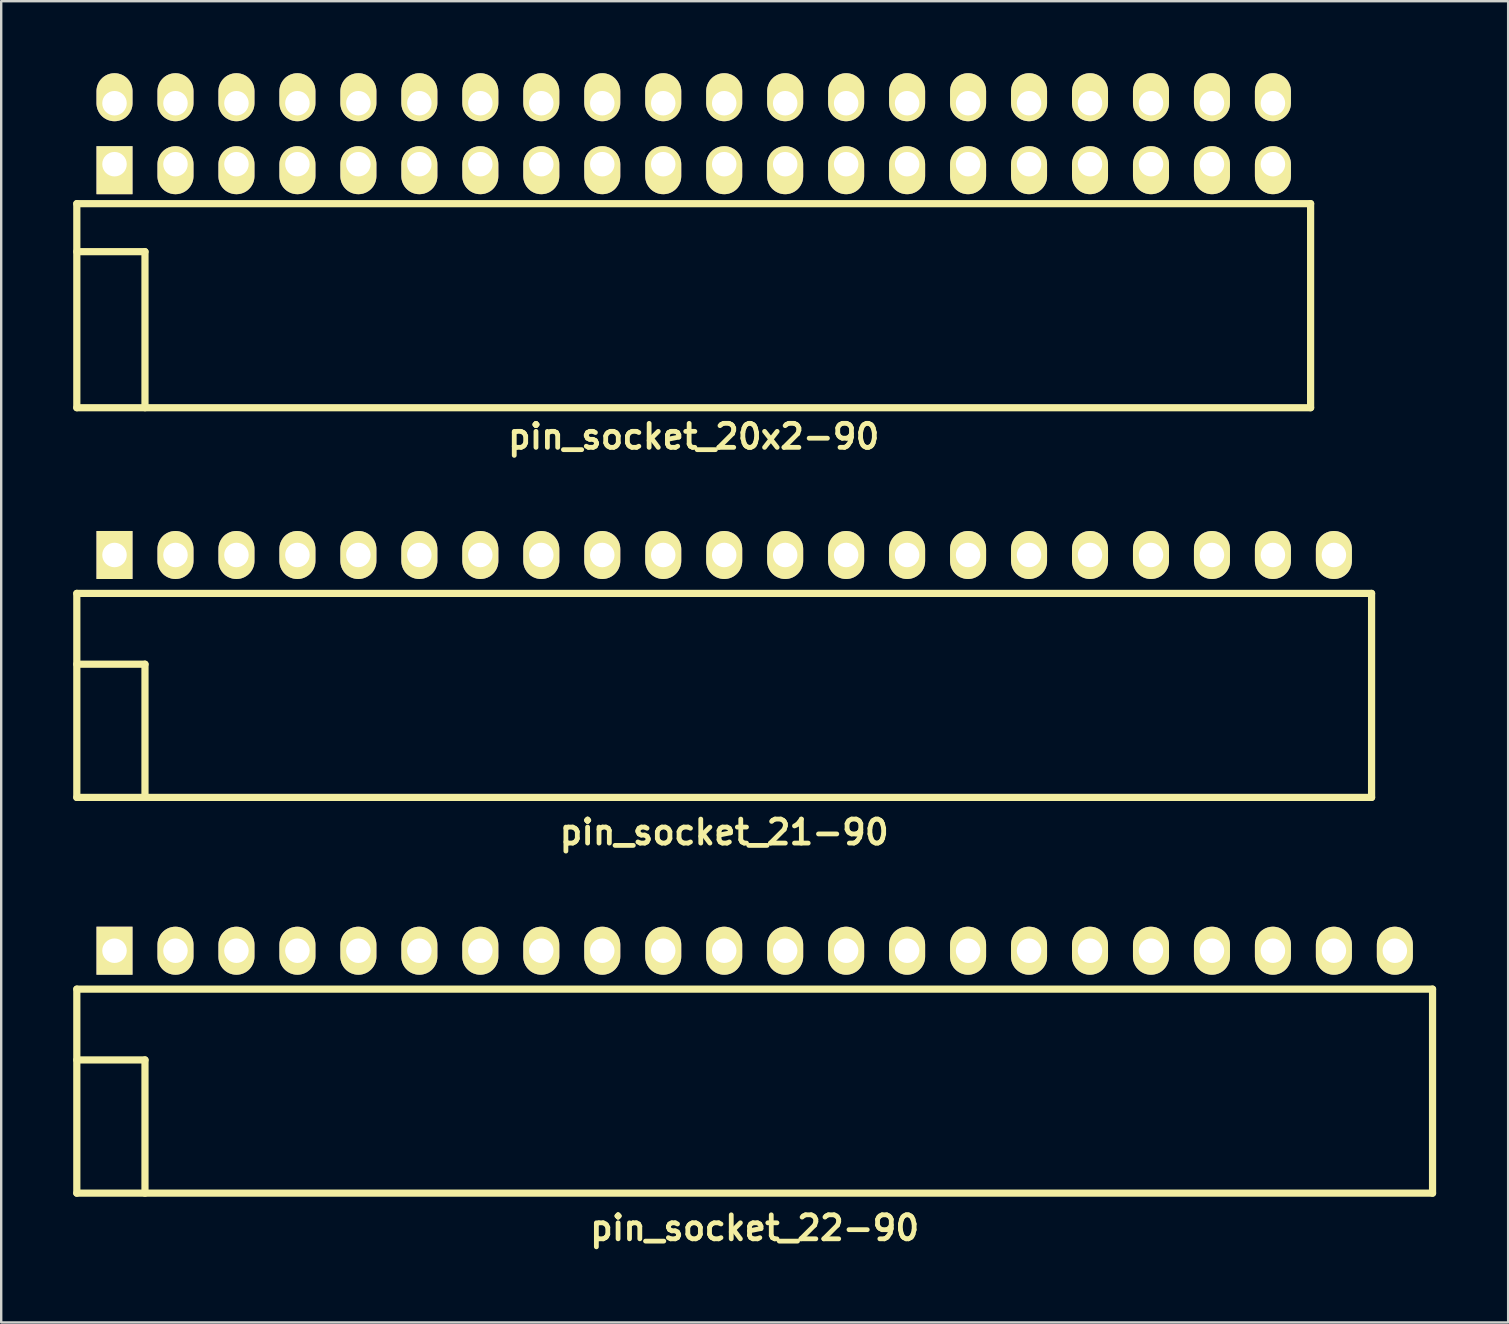
<source format=kicad_pcb>
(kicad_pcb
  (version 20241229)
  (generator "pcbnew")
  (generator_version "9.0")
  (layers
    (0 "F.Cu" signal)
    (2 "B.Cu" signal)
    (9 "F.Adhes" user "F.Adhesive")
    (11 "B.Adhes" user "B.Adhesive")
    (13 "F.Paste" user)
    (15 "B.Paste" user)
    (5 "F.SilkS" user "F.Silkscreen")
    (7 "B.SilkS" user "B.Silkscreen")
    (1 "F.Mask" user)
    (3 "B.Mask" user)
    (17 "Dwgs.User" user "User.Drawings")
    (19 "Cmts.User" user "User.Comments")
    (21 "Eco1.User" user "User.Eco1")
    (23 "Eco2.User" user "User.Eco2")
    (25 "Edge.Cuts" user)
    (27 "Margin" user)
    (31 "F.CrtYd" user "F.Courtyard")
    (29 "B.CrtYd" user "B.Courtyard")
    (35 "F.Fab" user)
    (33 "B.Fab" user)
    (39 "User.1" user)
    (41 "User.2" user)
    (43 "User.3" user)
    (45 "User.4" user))
  (footprint "pin_socket_20x2-90"
    (layer "F.Cu")
    (at 25.85 7.435)
    (property "Reference" "pin_socket_20x2-90" (at 0 7.7 0) (layer "F.SilkS") (effects (font (size 1 1) (thickness 0.2))))
    (attr through_hole)
    (fp_line (start -25.7 -2) (end -25.7 6.5) (stroke (width 0.3) (type solid)) (layer "F.SilkS"))
    (fp_line (start -25.7 -2) (end 25.7 -2) (stroke (width 0.3) (type solid)) (layer "F.SilkS"))
    (fp_line (start -25.7 0) (end -22.86 0) (stroke (width 0.3) (type solid)) (layer "F.SilkS"))
    (fp_line (start -25.7 6.5) (end 25.7 6.5) (stroke (width 0.3) (type solid)) (layer "F.SilkS"))
    (fp_line (start -22.86 0) (end -22.86 6.5) (stroke (width 0.3) (type solid)) (layer "F.SilkS"))
    (fp_line (start 25.7 -2) (end 25.7 6.5) (stroke (width 0.3) (type solid)) (layer "F.SilkS"))
    (pad "1" thru_hole rect (at -24.13 -3.645) (size 1.5 2) (drill 1.02 (offset 0 0.25)) (layers "*.Cu" "*.Mask" "F.SilkS"))
    (pad "2" thru_hole oval (at -24.13 -6.185) (size 1.5 2) (drill 1.02 (offset 0 -0.25)) (layers "*.Cu" "*.Mask" "F.SilkS"))
    (pad "3" thru_hole oval (at -21.59 -3.645) (size 1.5 2) (drill 1.02 (offset 0 0.25)) (layers "*.Cu" "*.Mask" "F.SilkS"))
    (pad "4" thru_hole oval (at -21.59 -6.185) (size 1.5 2) (drill 1.02 (offset 0 -0.25)) (layers "*.Cu" "*.Mask" "F.SilkS"))
    (pad "5" thru_hole oval (at -19.05 -3.645) (size 1.5 2) (drill 1.02 (offset 0 0.25)) (layers "*.Cu" "*.Mask" "F.SilkS"))
    (pad "6" thru_hole oval (at -19.05 -6.185) (size 1.5 2) (drill 1.02 (offset 0 -0.25)) (layers "*.Cu" "*.Mask" "F.SilkS"))
    (pad "7" thru_hole oval (at -16.51 -3.645) (size 1.5 2) (drill 1.02 (offset 0 0.25)) (layers "*.Cu" "*.Mask" "F.SilkS"))
    (pad "8" thru_hole oval (at -16.51 -6.185) (size 1.5 2) (drill 1.02 (offset 0 -0.25)) (layers "*.Cu" "*.Mask" "F.SilkS"))
    (pad "9" thru_hole oval (at -13.97 -3.645) (size 1.5 2) (drill 1.02 (offset 0 0.25)) (layers "*.Cu" "*.Mask" "F.SilkS"))
    (pad "10" thru_hole oval (at -13.97 -6.185) (size 1.5 2) (drill 1.02 (offset 0 -0.25)) (layers "*.Cu" "*.Mask" "F.SilkS"))
    (pad "11" thru_hole oval (at -11.43 -3.645) (size 1.5 2) (drill 1.02 (offset 0 0.25)) (layers "*.Cu" "*.Mask" "F.SilkS"))
    (pad "12" thru_hole oval (at -11.43 -6.185) (size 1.5 2) (drill 1.02 (offset 0 -0.25)) (layers "*.Cu" "*.Mask" "F.SilkS"))
    (pad "13" thru_hole oval (at -8.89 -3.645) (size 1.5 2) (drill 1.02 (offset 0 0.25)) (layers "*.Cu" "*.Mask" "F.SilkS"))
    (pad "14" thru_hole oval (at -8.89 -6.185) (size 1.5 2) (drill 1.02 (offset 0 -0.25)) (layers "*.Cu" "*.Mask" "F.SilkS"))
    (pad "15" thru_hole oval (at -6.35 -3.645) (size 1.5 2) (drill 1.02 (offset 0 0.25)) (layers "*.Cu" "*.Mask" "F.SilkS"))
    (pad "16" thru_hole oval (at -6.35 -6.185) (size 1.5 2) (drill 1.02 (offset 0 -0.25)) (layers "*.Cu" "*.Mask" "F.SilkS"))
    (pad "17" thru_hole oval (at -3.81 -3.645) (size 1.5 2) (drill 1.02 (offset 0 0.25)) (layers "*.Cu" "*.Mask" "F.SilkS"))
    (pad "18" thru_hole oval (at -3.81 -6.185) (size 1.5 2) (drill 1.02 (offset 0 -0.25)) (layers "*.Cu" "*.Mask" "F.SilkS"))
    (pad "19" thru_hole oval (at -1.27 -3.645) (size 1.5 2) (drill 1.02 (offset 0 0.25)) (layers "*.Cu" "*.Mask" "F.SilkS"))
    (pad "20" thru_hole oval (at -1.27 -6.185) (size 1.5 2) (drill 1.02 (offset 0 -0.25)) (layers "*.Cu" "*.Mask" "F.SilkS"))
    (pad "21" thru_hole oval (at 1.27 -3.645) (size 1.5 2) (drill 1.02 (offset 0 0.25)) (layers "*.Cu" "*.Mask" "F.SilkS"))
    (pad "22" thru_hole oval (at 1.27 -6.185) (size 1.5 2) (drill 1.02 (offset 0 -0.25)) (layers "*.Cu" "*.Mask" "F.SilkS"))
    (pad "23" thru_hole oval (at 3.81 -3.645) (size 1.5 2) (drill 1.02 (offset 0 0.25)) (layers "*.Cu" "*.Mask" "F.SilkS"))
    (pad "24" thru_hole oval (at 3.81 -6.185) (size 1.5 2) (drill 1.02 (offset 0 -0.25)) (layers "*.Cu" "*.Mask" "F.SilkS"))
    (pad "25" thru_hole oval (at 6.35 -3.645) (size 1.5 2) (drill 1.02 (offset 0 0.25)) (layers "*.Cu" "*.Mask" "F.SilkS"))
    (pad "26" thru_hole oval (at 6.35 -6.185) (size 1.5 2) (drill 1.02 (offset 0 -0.25)) (layers "*.Cu" "*.Mask" "F.SilkS"))
    (pad "27" thru_hole oval (at 8.89 -3.645) (size 1.5 2) (drill 1.02 (offset 0 0.25)) (layers "*.Cu" "*.Mask" "F.SilkS"))
    (pad "28" thru_hole oval (at 8.89 -6.185) (size 1.5 2) (drill 1.02 (offset 0 -0.25)) (layers "*.Cu" "*.Mask" "F.SilkS"))
    (pad "29" thru_hole oval (at 11.43 -3.645) (size 1.5 2) (drill 1.02 (offset 0 0.25)) (layers "*.Cu" "*.Mask" "F.SilkS"))
    (pad "30" thru_hole oval (at 11.43 -6.185) (size 1.5 2) (drill 1.02 (offset 0 -0.25)) (layers "*.Cu" "*.Mask" "F.SilkS"))
    (pad "31" thru_hole oval (at 13.97 -3.645) (size 1.5 2) (drill 1.02 (offset 0 0.25)) (layers "*.Cu" "*.Mask" "F.SilkS"))
    (pad "32" thru_hole oval (at 13.97 -6.185) (size 1.5 2) (drill 1.02 (offset 0 -0.25)) (layers "*.Cu" "*.Mask" "F.SilkS"))
    (pad "33" thru_hole oval (at 16.51 -3.645) (size 1.5 2) (drill 1.02 (offset 0 0.25)) (layers "*.Cu" "*.Mask" "F.SilkS"))
    (pad "34" thru_hole oval (at 16.51 -6.185) (size 1.5 2) (drill 1.02 (offset 0 -0.25)) (layers "*.Cu" "*.Mask" "F.SilkS"))
    (pad "35" thru_hole oval (at 19.05 -3.645) (size 1.5 2) (drill 1.02 (offset 0 0.25)) (layers "*.Cu" "*.Mask" "F.SilkS"))
    (pad "36" thru_hole oval (at 19.05 -6.185) (size 1.5 2) (drill 1.02 (offset 0 -0.25)) (layers "*.Cu" "*.Mask" "F.SilkS"))
    (pad "37" thru_hole oval (at 21.59 -3.645) (size 1.5 2) (drill 1.02 (offset 0 0.25)) (layers "*.Cu" "*.Mask" "F.SilkS"))
    (pad "38" thru_hole oval (at 21.59 -6.185) (size 1.5 2) (drill 1.02 (offset 0 -0.25)) (layers "*.Cu" "*.Mask" "F.SilkS"))
    (pad "39" thru_hole oval (at 24.13 -3.645) (size 1.5 2) (drill 1.02 (offset 0 0.25)) (layers "*.Cu" "*.Mask" "F.SilkS"))
    (pad "40" thru_hole oval (at 24.13 -6.185) (size 1.5 2) (drill 1.02 (offset 0 -0.25)) (layers "*.Cu" "*.Mask" "F.SilkS")))
  (footprint "pin_socket_21-90"
    (layer "F.Cu")
    (at 27.12 24.621)
    (property "Reference" "pin_socket_21-90" (at 0 7 0) (layer "F.SilkS") (effects (font (size 1 1) (thickness 0.2))))
    (attr through_hole)
    (fp_line (start -26.97 -2.95) (end -26.97 5.55) (stroke (width 0.3) (type solid)) (layer "F.SilkS"))
    (fp_line (start -26.97 -2.95) (end 26.97 -2.95) (stroke (width 0.3) (type solid)) (layer "F.SilkS"))
    (fp_line (start -26.97 0) (end -24.13 0) (stroke (width 0.3) (type solid)) (layer "F.SilkS"))
    (fp_line (start -26.97 5.55) (end 26.97 5.55) (stroke (width 0.3) (type solid)) (layer "F.SilkS"))
    (fp_line (start -24.13 0) (end -24.13 5.55) (stroke (width 0.3) (type solid)) (layer "F.SilkS"))
    (fp_line (start 26.97 -2.95) (end 26.97 5.55) (stroke (width 0.3) (type solid)) (layer "F.SilkS"))
    (pad "1" thru_hole rect (at -25.4 -4.55) (size 1.5 2) (drill 1.02) (layers "*.Cu" "*.Mask" "F.SilkS"))
    (pad "2" thru_hole oval (at -22.86 -4.55) (size 1.5 2) (drill 1.02) (layers "*.Cu" "*.Mask" "F.SilkS"))
    (pad "3" thru_hole oval (at -20.32 -4.55) (size 1.5 2) (drill 1.02) (layers "*.Cu" "*.Mask" "F.SilkS"))
    (pad "4" thru_hole oval (at -17.78 -4.55) (size 1.5 2) (drill 1.02) (layers "*.Cu" "*.Mask" "F.SilkS"))
    (pad "5" thru_hole oval (at -15.24 -4.55) (size 1.5 2) (drill 1.02) (layers "*.Cu" "*.Mask" "F.SilkS"))
    (pad "6" thru_hole oval (at -12.7 -4.55) (size 1.5 2) (drill 1.02) (layers "*.Cu" "*.Mask" "F.SilkS"))
    (pad "7" thru_hole oval (at -10.16 -4.55) (size 1.5 2) (drill 1.02) (layers "*.Cu" "*.Mask" "F.SilkS"))
    (pad "8" thru_hole oval (at -7.62 -4.55) (size 1.5 2) (drill 1.02) (layers "*.Cu" "*.Mask" "F.SilkS"))
    (pad "9" thru_hole oval (at -5.08 -4.55) (size 1.5 2) (drill 1.02) (layers "*.Cu" "*.Mask" "F.SilkS"))
    (pad "10" thru_hole oval (at -2.54 -4.55) (size 1.5 2) (drill 1.02) (layers "*.Cu" "*.Mask" "F.SilkS"))
    (pad "12" thru_hole oval (at 2.54 -4.55) (size 1.5 2) (drill 1.02) (layers "*.Cu" "*.Mask" "F.SilkS"))
    (pad "13" thru_hole oval (at 5.08 -4.55) (size 1.5 2) (drill 1.02) (layers "*.Cu" "*.Mask" "F.SilkS"))
    (pad "14" thru_hole oval (at 7.62 -4.55) (size 1.5 2) (drill 1.02) (layers "*.Cu" "*.Mask" "F.SilkS"))
    (pad "15" thru_hole oval (at 10.16 -4.55) (size 1.5 2) (drill 1.02) (layers "*.Cu" "*.Mask" "F.SilkS"))
    (pad "16" thru_hole oval (at 12.7 -4.55) (size 1.5 2) (drill 1.02) (layers "*.Cu" "*.Mask" "F.SilkS"))
    (pad "17" thru_hole oval (at 15.24 -4.55) (size 1.5 2) (drill 1.02) (layers "*.Cu" "*.Mask" "F.SilkS"))
    (pad "18" thru_hole oval (at 17.78 -4.55) (size 1.5 2) (drill 1.02) (layers "*.Cu" "*.Mask" "F.SilkS"))
    (pad "19" thru_hole oval (at 20.32 -4.55) (size 1.5 2) (drill 1.02) (layers "*.Cu" "*.Mask" "F.SilkS"))
    (pad "20" thru_hole oval (at 22.86 -4.55) (size 1.5 2) (drill 1.02) (layers "*.Cu" "*.Mask" "F.SilkS"))
    (pad "21" thru_hole oval (at 25.4 -4.55) (size 1.5 2) (drill 1.02) (layers "*.Cu" "*.Mask" "F.SilkS"))
    (pad "1121" thru_hole oval (at 0 -4.55) (size 1.5 2) (drill 1.02) (layers "*.Cu" "*.Mask" "F.SilkS")))
  (footprint "pin_socket_22-90"
    (layer "F.Cu")
    (at 28.39 41.107)
    (property "Reference" "pin_socket_22-90" (at 0 7 0) (layer "F.SilkS") (effects (font (size 1 1) (thickness 0.2))))
    (attr through_hole)
    (fp_line (start -28.24 -2.95) (end -28.24 5.55) (stroke (width 0.3) (type solid)) (layer "F.SilkS"))
    (fp_line (start -28.24 -2.95) (end 28.24 -2.95) (stroke (width 0.3) (type solid)) (layer "F.SilkS"))
    (fp_line (start -28.24 0) (end -25.4 0) (stroke (width 0.3) (type solid)) (layer "F.SilkS"))
    (fp_line (start -28.24 5.55) (end 28.24 5.55) (stroke (width 0.3) (type solid)) (layer "F.SilkS"))
    (fp_line (start -25.4 0) (end -25.4 5.55) (stroke (width 0.3) (type solid)) (layer "F.SilkS"))
    (fp_line (start 28.24 -2.95) (end 28.24 5.55) (stroke (width 0.3) (type solid)) (layer "F.SilkS"))
    (pad "1" thru_hole rect (at -26.67 -4.55) (size 1.5 2) (drill 1.02) (layers "*.Cu" "*.Mask" "F.SilkS"))
    (pad "2" thru_hole oval (at -24.13 -4.55) (size 1.5 2) (drill 1.02) (layers "*.Cu" "*.Mask" "F.SilkS"))
    (pad "3" thru_hole oval (at -21.59 -4.55) (size 1.5 2) (drill 1.02) (layers "*.Cu" "*.Mask" "F.SilkS"))
    (pad "4" thru_hole oval (at -19.05 -4.55) (size 1.5 2) (drill 1.02) (layers "*.Cu" "*.Mask" "F.SilkS"))
    (pad "5" thru_hole oval (at -16.51 -4.55) (size 1.5 2) (drill 1.02) (layers "*.Cu" "*.Mask" "F.SilkS"))
    (pad "6" thru_hole oval (at -13.97 -4.55) (size 1.5 2) (drill 1.02) (layers "*.Cu" "*.Mask" "F.SilkS"))
    (pad "7" thru_hole oval (at -11.43 -4.55) (size 1.5 2) (drill 1.02) (layers "*.Cu" "*.Mask" "F.SilkS"))
    (pad "8" thru_hole oval (at -8.89 -4.55) (size 1.5 2) (drill 1.02) (layers "*.Cu" "*.Mask" "F.SilkS"))
    (pad "9" thru_hole oval (at -6.35 -4.55) (size 1.5 2) (drill 1.02) (layers "*.Cu" "*.Mask" "F.SilkS"))
    (pad "10" thru_hole oval (at -3.81 -4.55) (size 1.5 2) (drill 1.02) (layers "*.Cu" "*.Mask" "F.SilkS"))
    (pad "12" thru_hole oval (at 1.27 -4.55) (size 1.5 2) (drill 1.02) (layers "*.Cu" "*.Mask" "F.SilkS"))
    (pad "13" thru_hole oval (at 3.81 -4.55) (size 1.5 2) (drill 1.02) (layers "*.Cu" "*.Mask" "F.SilkS"))
    (pad "14" thru_hole oval (at 6.35 -4.55) (size 1.5 2) (drill 1.02) (layers "*.Cu" "*.Mask" "F.SilkS"))
    (pad "15" thru_hole oval (at 8.89 -4.55) (size 1.5 2) (drill 1.02) (layers "*.Cu" "*.Mask" "F.SilkS"))
    (pad "16" thru_hole oval (at 11.43 -4.55) (size 1.5 2) (drill 1.02) (layers "*.Cu" "*.Mask" "F.SilkS"))
    (pad "17" thru_hole oval (at 13.97 -4.55) (size 1.5 2) (drill 1.02) (layers "*.Cu" "*.Mask" "F.SilkS"))
    (pad "18" thru_hole oval (at 16.51 -4.55) (size 1.5 2) (drill 1.02) (layers "*.Cu" "*.Mask" "F.SilkS"))
    (pad "19" thru_hole oval (at 19.05 -4.55) (size 1.5 2) (drill 1.02) (layers "*.Cu" "*.Mask" "F.SilkS"))
    (pad "20" thru_hole oval (at 21.59 -4.55) (size 1.5 2) (drill 1.02) (layers "*.Cu" "*.Mask" "F.SilkS"))
    (pad "21" thru_hole oval (at 24.13 -4.55) (size 1.5 2) (drill 1.02) (layers "*.Cu" "*.Mask" "F.SilkS"))
    (pad "22" thru_hole oval (at 26.67 -4.55) (size 1.5 2) (drill 1.02) (layers "*.Cu" "*.Mask" "F.SilkS"))
    (pad "1121" thru_hole oval (at -1.27 -4.55) (size 1.5 2) (drill 1.02) (layers "*.Cu" "*.Mask" "F.SilkS")))
  (gr_rect
    (start -3 -3)
    (end 59.78 52.043)
    (stroke (width 0.1) (type default))
    (fill no)
    (layer "Edge.Cuts")))
</source>
